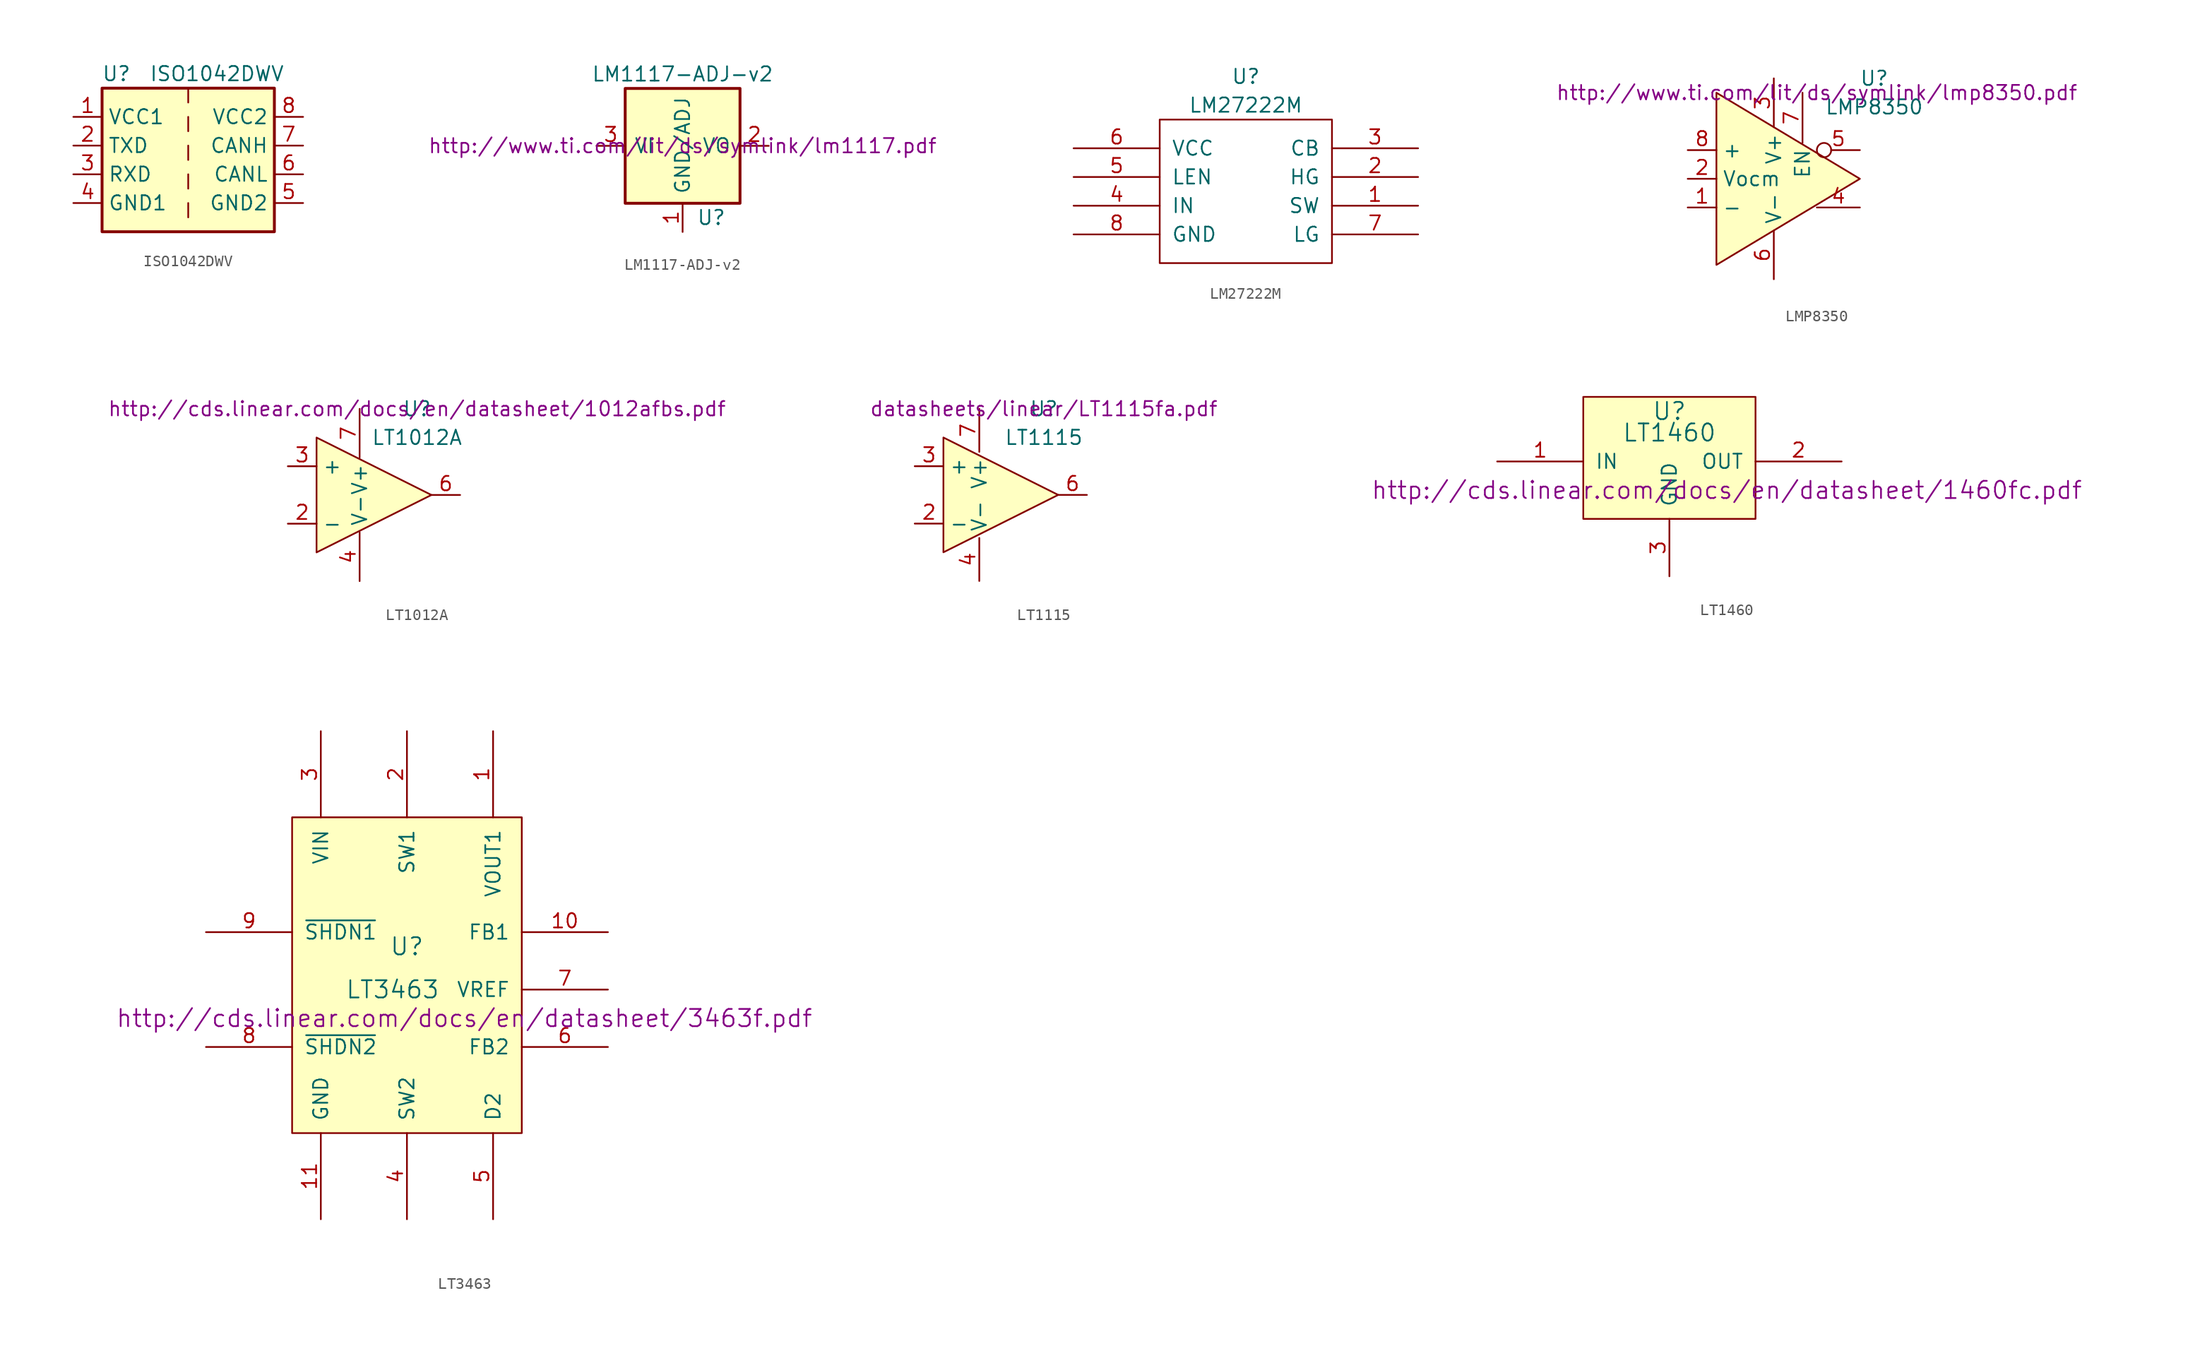
<source format=kicad_sym>
(kicad_symbol_lib
  (version 20241209)
  (generator "kicad_symbol_editor")
  (generator_version "9.0")
  (symbol "ISO1042DWV"
    (property "Reference" "U"
      (at -6.35 6.35 0)
      (effects (font (size 1.27 1.27))))
    (property "Value" "ISO1042DWV"
      (at 2.54 6.35 0)
      (effects (font (size 1.27 1.27))))
    (symbol "ISO1042DWV_0_1"
      (rectangle (start -7.62 5.08) (end 7.62 -7.62) (stroke (width 0.254) (type default)) (fill (type background)))
      (polyline (pts (xy 0 5.08) (xy 0 3.81)) (stroke (width 0) (type default)) (fill (type none)))
      (polyline (pts (xy 0 2.54) (xy 0 1.27)) (stroke (width 0) (type default)) (fill (type none)))
      (polyline (pts (xy 0 0) (xy 0 -1.27)) (stroke (width 0) (type default)) (fill (type none)))
      (polyline (pts (xy 0 -2.54) (xy 0 -3.81)) (stroke (width 0) (type default)) (fill (type none)))
      (polyline (pts (xy 0 -5.08) (xy 0 -6.35)) (stroke (width 0) (type default)) (fill (type none))))
    (symbol "ISO1042DWV_1_1"
      (pin power_in line (at -10.16 2.54 0) (length 2.54) (name "VCC1" (effects (font (size 1.27 1.27)))) (number "1" (effects (font (size 1.27 1.27)))))
      (pin input line (at -10.16 0 0) (length 2.54) (name "TXD" (effects (font (size 1.27 1.27)))) (number "2" (effects (font (size 1.27 1.27)))))
      (pin output line (at -10.16 -2.54 0) (length 2.54) (name "RXD" (effects (font (size 1.27 1.27)))) (number "3" (effects (font (size 1.27 1.27)))))
      (pin power_in line (at -10.16 -5.08 0) (length 2.54) (name "GND1" (effects (font (size 1.27 1.27)))) (number "4" (effects (font (size 1.27 1.27)))))
      (pin power_in line (at 10.16 2.54 180) (length 2.54) (name "VCC2" (effects (font (size 1.27 1.27)))) (number "8" (effects (font (size 1.27 1.27)))))
      (pin bidirectional line (at 10.16 0 180) (length 2.54) (name "CANH" (effects (font (size 1.27 1.27)))) (number "7" (effects (font (size 1.27 1.27)))))
      (pin bidirectional line (at 10.16 -2.54 180) (length 2.54) (name "CANL" (effects (font (size 1.27 1.27)))) (number "6" (effects (font (size 1.27 1.27)))))
      (pin power_in line (at 10.16 -5.08 180) (length 2.54) (name "GND2" (effects (font (size 1.27 1.27)))) (number "5" (effects (font (size 1.27 1.27)))))))
  (symbol "LM1117-ADJ-v2"
    (pin_names
      (offset 0.762))
    (property "Reference" "U"
      (at 2.54 -6.35 0)
      (effects (font (size 1.27 1.27))))
    (property "Value" "LM1117-ADJ-v2"
      (at 0 6.35 0)
      (effects (font (size 1.27 1.27))))
    (property "Footprint" ""
      (at 0 0 0)
      (effects (font (size 1.27 1.27))))
    (property "Datasheet" "http://www.ti.com/lit/ds/symlink/lm1117.pdf"
      (at 0 0 0)
      (effects (font (size 1.27 1.27))))
    (symbol "LM1117-ADJ-v2_0_1"
      (rectangle (start -5.08 -5.08) (end 5.08 5.08) (stroke (width 0.254) (type default)) (fill (type background))))
    (symbol "LM1117-ADJ-v2_1_1"
      (pin power_in line (at -7.62 0 0) (length 2.54) (name "VI" (effects (font (size 1.27 1.27)))) (number "3" (effects (font (size 1.27 1.27)))))
      (pin power_in line (at 0 -7.62 90) (length 2.54) (name "GND/ADJ" (effects (font (size 1.27 1.27)))) (number "1" (effects (font (size 1.27 1.27)))))
      (pin power_out line (at 7.62 0 180) (length 2.54) (name "VO" (effects (font (size 1.27 1.27)))) (number "2" (effects (font (size 1.27 1.27)))))
      (pin input line (at 7.62 0 180) (length 2.54) (hide yes) (name "VO" (effects (font (size 1.27 1.27)))) (number "4" (effects (font (size 1.27 1.27)))))))
  (symbol "LM27222M"
    (pin_names
      (offset 1.016))
    (property "Reference" "U"
      (at 0 10.16 0)
      (effects (font (size 1.27 1.27))))
    (property "Value" "LM27222M"
      (at 0 7.62 0)
      (effects (font (size 1.27 1.27))))
    (symbol "LM27222M_0_1"
      (rectangle (start -7.62 6.35) (end 7.62 -6.35) (stroke (width 0) (type default)) (fill (type none))))
    (symbol "LM27222M_1_1"
      (pin power_in line (at -15.24 3.81 0) (length 7.62) (name "VCC" (effects (font (size 1.27 1.27)))) (number "6" (effects (font (size 1.27 1.27)))))
      (pin input line (at -15.24 1.27 0) (length 7.62) (name "LEN" (effects (font (size 1.27 1.27)))) (number "5" (effects (font (size 1.27 1.27)))))
      (pin input line (at -15.24 -1.27 0) (length 7.62) (name "IN" (effects (font (size 1.27 1.27)))) (number "4" (effects (font (size 1.27 1.27)))))
      (pin power_in line (at -15.24 -3.81 0) (length 7.62) (name "GND" (effects (font (size 1.27 1.27)))) (number "8" (effects (font (size 1.27 1.27)))))
      (pin input line (at 15.24 3.81 180) (length 7.62) (name "CB" (effects (font (size 1.27 1.27)))) (number "3" (effects (font (size 1.27 1.27)))))
      (pin output line (at 15.24 1.27 180) (length 7.62) (name "HG" (effects (font (size 1.27 1.27)))) (number "2" (effects (font (size 1.27 1.27)))))
      (pin input line (at 15.24 -1.27 180) (length 7.62) (name "SW" (effects (font (size 1.27 1.27)))) (number "1" (effects (font (size 1.27 1.27)))))
      (pin output line (at 15.24 -3.81 180) (length 7.62) (name "LG" (effects (font (size 1.27 1.27)))) (number "7" (effects (font (size 1.27 1.27)))))))
  (symbol "LMP8350"
    (property "Reference" "U"
      (at 8.89 8.89 0)
      (effects (font (size 1.27 1.27))))
    (property "Value" "LMP8350"
      (at 8.89 6.35 0)
      (effects (font (size 1.27 1.27))))
    (property "Datasheet" "http://www.ti.com/lit/ds/symlink/lmp8350.pdf"
      (at 3.81 7.62 0)
      (effects (font (size 1.27 1.27))))
    (symbol "LMP8350_0_1"
      (polyline (pts (xy -5.08 7.62) (xy 7.62 0) (xy -5.08 -7.62) (xy -5.08 7.62)) (stroke (width 0) (type default)) (fill (type background))))
    (symbol "LMP8350_1_1"
      (pin input line (at -7.62 2.54 0) (length 2.54) (name "+" (effects (font (size 1.27 1.27)))) (number "8" (effects (font (size 1.27 1.27)))))
      (pin input line (at -7.62 0 0) (length 2.54) (name "Vocm" (effects (font (size 1.27 1.27)))) (number "2" (effects (font (size 1.27 1.27)))))
      (pin input line (at -7.62 -2.54 0) (length 2.54) (name "-" (effects (font (size 1.27 1.27)))) (number "1" (effects (font (size 1.27 1.27)))))
      (pin input line (at 0 8.89 270) (length 4.318) (name "V+" (effects (font (size 1.27 1.27)))) (number "3" (effects (font (size 1.27 1.27)))))
      (pin input line (at 0 -8.89 90) (length 4.318) (name "V-" (effects (font (size 1.27 1.27)))) (number "6" (effects (font (size 1.27 1.27)))))
      (pin input line (at 2.54 7.62 270) (length 4.445) (name "EN" (effects (font (size 1.27 1.27)))) (number "7" (effects (font (size 1.27 1.27)))))
      (pin output inverted (at 7.62 2.54 180) (length 3.81) (name "~" (effects (font (size 1.27 1.27)))) (number "5" (effects (font (size 1.27 1.27)))))
      (pin output line (at 7.62 -2.54 180) (length 3.81) (name "~" (effects (font (size 1.27 1.27)))) (number "4" (effects (font (size 1.27 1.27)))))))
  (symbol "LT1012A"
    (property "Reference" "U"
      (at 3.81 7.62 0)
      (effects (font (size 1.27 1.27))))
    (property "Value" "LT1012A"
      (at 3.81 5.08 0)
      (effects (font (size 1.27 1.27))))
    (property "Datasheet" "http://cds.linear.com/docs/en/datasheet/1012afbs.pdf"
      (at 3.81 7.62 0)
      (effects (font (size 1.27 1.27))))
    (symbol "LT1012A_0_1"
      (polyline (pts (xy -5.08 5.08) (xy 5.08 0) (xy -5.08 -5.08) (xy -5.08 5.08)) (stroke (width 0) (type default)) (fill (type background))))
    (symbol "LT1012A_1_1"
      (pin input line (at -7.62 2.54 0) (length 2.54) (name "+" (effects (font (size 1.27 1.27)))) (number "3" (effects (font (size 1.27 1.27)))))
      (pin input line (at -7.62 -2.54 0) (length 2.54) (name "-" (effects (font (size 1.27 1.27)))) (number "2" (effects (font (size 1.27 1.27)))))
      (pin input line (at -1.27 7.62 270) (length 4.318) (name "V+" (effects (font (size 1.27 1.27)))) (number "7" (effects (font (size 1.27 1.27)))))
      (pin input line (at -1.27 -7.62 90) (length 4.318) (name "V-" (effects (font (size 1.27 1.27)))) (number "4" (effects (font (size 1.27 1.27)))))
      (pin no_connect line (at 7.62 2.54 180) (length 2.54) (hide yes) (name "VosTrim" (effects (font (size 1.27 1.27)))) (number "1" (effects (font (size 1.27 1.27)))))
      (pin output line (at 7.62 0 180) (length 2.54) (name "~" (effects (font (size 1.27 1.27)))) (number "6" (effects (font (size 1.27 1.27)))))
      (pin no_connect line (at 7.62 -2.54 180) (length 2.54) (hide yes) (name "OverComp" (effects (font (size 1.27 1.27)))) (number "5" (effects (font (size 1.27 1.27)))))
      (pin no_connect line (at 7.62 -3.81 180) (length 2.54) (hide yes) (name "VosTrim" (effects (font (size 1.27 1.27)))) (number "8" (effects (font (size 1.27 1.27)))))))
  (symbol "LT1115"
    (property "Reference" "U"
      (at 3.81 7.62 0)
      (effects (font (size 1.27 1.27))))
    (property "Value" "LT1115"
      (at 3.81 5.08 0)
      (effects (font (size 1.27 1.27))))
    (property "Footprint" ""
      (at 1.27 5.08 0)
      (effects (font (size 1.27 1.27))))
    (property "Datasheet" "datasheets/linear/LT1115fa.pdf"
      (at 3.81 7.62 0)
      (effects (font (size 1.27 1.27))))
    (symbol "LT1115_0_1"
      (polyline (pts (xy -5.08 5.08) (xy 5.08 0) (xy -5.08 -5.08) (xy -5.08 5.08)) (stroke (width 0) (type default)) (fill (type background))))
    (symbol "LT1115_1_1"
      (pin input line (at -7.62 2.54 0) (length 2.54) (name "+" (effects (font (size 1.27 1.27)))) (number "3" (effects (font (size 1.27 1.27)))))
      (pin input line (at -7.62 -2.54 0) (length 2.54) (name "-" (effects (font (size 1.27 1.27)))) (number "2" (effects (font (size 1.27 1.27)))))
      (pin input line (at -1.905 7.62 270) (length 3.81) (name "V+" (effects (font (size 1.27 1.27)))) (number "7" (effects (font (size 1.27 1.27)))))
      (pin input line (at -1.905 -7.62 90) (length 3.81) (name "V-" (effects (font (size 1.27 1.27)))) (number "4" (effects (font (size 1.27 1.27)))))
      (pin output line (at 7.62 0 180) (length 2.54) (name "~" (effects (font (size 1.27 1.27)))) (number "6" (effects (font (size 1.27 1.27)))))))
  (symbol "LT1460"
    (pin_names
      (offset 1.016))
    (property "Reference" "U"
      (at 0 4.445 0)
      (effects (font (size 1.524 1.524))))
    (property "Value" "LT1460"
      (at 0 2.54 0)
      (effects (font (size 1.524 1.524))))
    (property "Footprint" ""
      (at 5.08 -2.54 0)
      (effects (font (size 1.524 1.524))))
    (property "Datasheet" "http://cds.linear.com/docs/en/datasheet/1460fc.pdf"
      (at 5.08 -2.54 0)
      (effects (font (size 1.524 1.524))))
    (symbol "LT1460_0_0"
      (rectangle (start -7.62 5.715) (end 7.62 -5.08) (stroke (width 0) (type default)) (fill (type background))))
    (symbol "LT1460_1_1"
      (pin input line (at -15.24 0 0) (length 7.62) (name "IN" (effects (font (size 1.27 1.27)))) (number "1" (effects (font (size 1.27 1.27)))))
      (pin input line (at 0 -10.16 90) (length 5.08) (name "GND" (effects (font (size 1.27 1.27)))) (number "3" (effects (font (size 1.27 1.27)))))
      (pin input line (at 15.24 0 180) (length 7.62) (name "OUT" (effects (font (size 1.27 1.27)))) (number "2" (effects (font (size 1.27 1.27)))))))
  (symbol "LT3463"
    (pin_names
      (offset 1.016))
    (property "Reference" "U"
      (at 0 3.81 0)
      (effects (font (size 1.524 1.524))))
    (property "Value" "LT3463"
      (at -1.27 0 0)
      (effects (font (size 1.524 1.524))))
    (property "Footprint" ""
      (at 5.08 -2.54 0)
      (effects (font (size 1.524 1.524))))
    (property "Datasheet" "http://cds.linear.com/docs/en/datasheet/3463f.pdf"
      (at 5.08 -2.54 0)
      (effects (font (size 1.524 1.524))))
    (symbol "LT3463_0_0"
      (rectangle (start -10.16 15.24) (end 10.16 -12.7) (stroke (width 0) (type default)) (fill (type background))))
    (symbol "LT3463_1_1"
      (pin input line (at -17.78 5.08 0) (length 7.62) (name "~{SHDN1}" (effects (font (size 1.27 1.27)))) (number "9" (effects (font (size 1.27 1.27)))))
      (pin input line (at -17.78 -5.08 0) (length 7.62) (name "~{SHDN2}" (effects (font (size 1.27 1.27)))) (number "8" (effects (font (size 1.27 1.27)))))
      (pin power_in line (at -7.62 22.86 270) (length 7.62) (name "VIN" (effects (font (size 1.27 1.27)))) (number "3" (effects (font (size 1.27 1.27)))))
      (pin power_in line (at -7.62 -20.32 90) (length 7.62) (name "GND" (effects (font (size 1.27 1.27)))) (number "11" (effects (font (size 1.27 1.27)))))
      (pin passive line (at 0 22.86 270) (length 7.62) (name "SW1" (effects (font (size 1.27 1.27)))) (number "2" (effects (font (size 1.27 1.27)))))
      (pin passive line (at 0 -20.32 90) (length 7.62) (name "SW2" (effects (font (size 1.27 1.27)))) (number "4" (effects (font (size 1.27 1.27)))))
      (pin power_out line (at 7.62 22.86 270) (length 7.62) (name "VOUT1" (effects (font (size 1.27 1.27)))) (number "1" (effects (font (size 1.27 1.27)))))
      (pin passive line (at 7.62 -20.32 90) (length 7.62) (name "D2" (effects (font (size 1.27 1.27)))) (number "5" (effects (font (size 1.27 1.27)))))
      (pin input line (at 17.78 5.08 180) (length 7.62) (name "FB1" (effects (font (size 1.27 1.27)))) (number "10" (effects (font (size 1.27 1.27)))))
      (pin power_out line (at 17.78 0 180) (length 7.62) (name "VREF" (effects (font (size 1.27 1.27)))) (number "7" (effects (font (size 1.27 1.27)))))
      (pin input line (at 17.78 -5.08 180) (length 7.62) (name "FB2" (effects (font (size 1.27 1.27)))) (number "6" (effects (font (size 1.27 1.27))))))))
</source>
